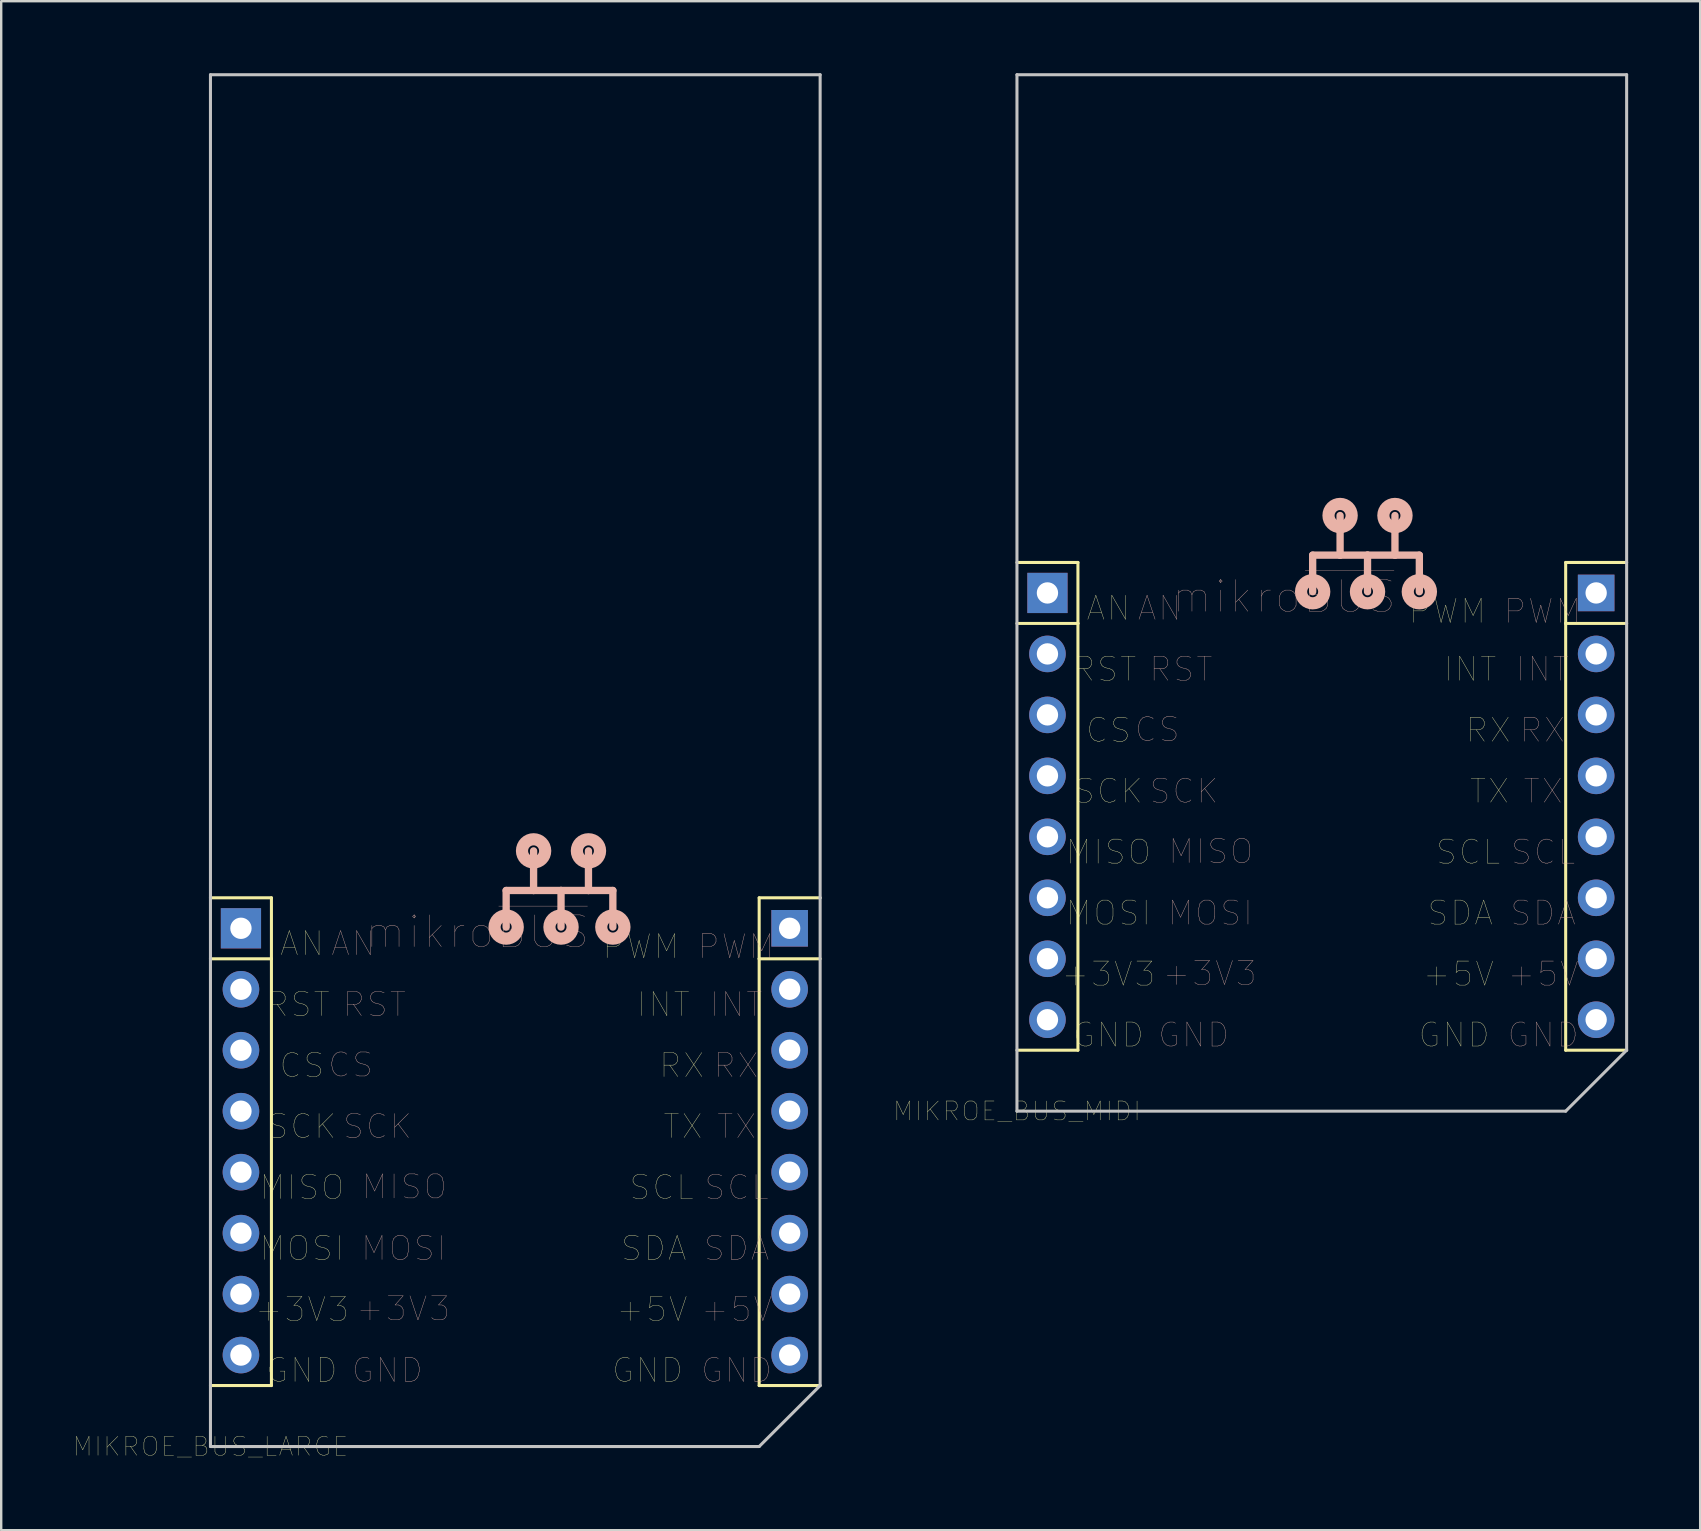
<source format=kicad_pcb>
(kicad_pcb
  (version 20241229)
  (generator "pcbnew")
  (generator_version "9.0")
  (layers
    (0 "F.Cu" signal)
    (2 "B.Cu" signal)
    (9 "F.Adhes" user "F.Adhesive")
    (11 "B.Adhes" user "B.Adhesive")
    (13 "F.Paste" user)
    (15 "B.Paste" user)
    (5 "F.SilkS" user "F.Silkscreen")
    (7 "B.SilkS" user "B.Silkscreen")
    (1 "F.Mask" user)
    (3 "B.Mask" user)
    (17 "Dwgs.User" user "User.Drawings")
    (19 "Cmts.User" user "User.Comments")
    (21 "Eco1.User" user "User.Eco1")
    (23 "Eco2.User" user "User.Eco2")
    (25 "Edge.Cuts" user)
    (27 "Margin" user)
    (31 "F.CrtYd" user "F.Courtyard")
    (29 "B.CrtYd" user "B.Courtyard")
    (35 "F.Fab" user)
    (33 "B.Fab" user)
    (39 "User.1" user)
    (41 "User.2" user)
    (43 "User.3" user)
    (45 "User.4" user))
  (footprint "MIKROE_BUS_MIDI"
    (layer "F.Cu")
    (at 39.318 43.243)
    (property "Reference" "MIKROE_BUS_MIDI" (at 0 0 0) (layer "F.SilkS") (effects (font (size 0.787 0.787) (thickness 0.015))))
    (attr through_hole)
    (fp_line (start 0 -20.32) (end 2.54 -20.32) (stroke (width 0.127) (type solid)) (layer "F.SilkS"))
    (fp_line (start 0 -2.54) (end 2.54 -2.54) (stroke (width 0.127) (type solid)) (layer "F.SilkS"))
    (fp_line (start 2.54 -22.86) (end 0 -22.86) (stroke (width 0.127) (type solid)) (layer "F.SilkS"))
    (fp_line (start 2.54 -20.32) (end 2.54 -22.86) (stroke (width 0.127) (type solid)) (layer "F.SilkS"))
    (fp_line (start 2.54 -2.54) (end 2.54 -20.32) (stroke (width 0.127) (type solid)) (layer "F.SilkS"))
    (fp_line (start 22.86 -22.86) (end 22.86 -20.32) (stroke (width 0.127) (type solid)) (layer "F.SilkS"))
    (fp_line (start 22.86 -22.86) (end 25.4 -22.86) (stroke (width 0.127) (type solid)) (layer "F.SilkS"))
    (fp_line (start 22.86 -20.32) (end 22.86 -2.54) (stroke (width 0.127) (type solid)) (layer "F.SilkS"))
    (fp_line (start 22.86 -20.32) (end 25.4 -20.32) (stroke (width 0.127) (type solid)) (layer "F.SilkS"))
    (fp_line (start 22.86 -2.54) (end 25.4 -2.54) (stroke (width 0.127) (type solid)) (layer "F.SilkS"))
    (fp_line (start 12.319 -23.165) (end 12.319 -21.641) (stroke (width 0.305) (type solid)) (layer "B.SilkS"))
    (fp_line (start 13.462 -23.165) (end 12.319 -23.165) (stroke (width 0.305) (type solid)) (layer "B.SilkS"))
    (fp_line (start 13.462 -23.165) (end 13.462 -24.816) (stroke (width 0.305) (type solid)) (layer "B.SilkS"))
    (fp_line (start 14.605 -23.165) (end 13.462 -23.165) (stroke (width 0.305) (type solid)) (layer "B.SilkS"))
    (fp_line (start 14.605 -23.165) (end 14.605 -21.641) (stroke (width 0.305) (type solid)) (layer "B.SilkS"))
    (fp_line (start 15.748 -23.165) (end 14.605 -23.165) (stroke (width 0.305) (type solid)) (layer "B.SilkS"))
    (fp_line (start 15.748 -23.165) (end 15.748 -24.816) (stroke (width 0.305) (type solid)) (layer "B.SilkS"))
    (fp_line (start 16.764 -23.165) (end 15.748 -23.165) (stroke (width 0.305) (type solid)) (layer "B.SilkS"))
    (fp_line (start 16.764 -23.165) (end 16.764 -21.641) (stroke (width 0.305) (type solid)) (layer "B.SilkS"))
    (fp_circle (center 12.319 -21.641) (end 12.548 -21.641) (stroke (width 0.508) (type solid)) (fill no) (layer "B.SilkS"))
    (fp_circle (center 13.462 -24.816) (end 13.691 -24.816) (stroke (width 0.508) (type solid)) (fill no) (layer "B.SilkS"))
    (fp_circle (center 14.605 -21.641) (end 14.834 -21.641) (stroke (width 0.508) (type solid)) (fill no) (layer "B.SilkS"))
    (fp_circle (center 15.748 -24.816) (end 15.977 -24.816) (stroke (width 0.508) (type solid)) (fill no) (layer "B.SilkS"))
    (fp_circle (center 16.764 -21.641) (end 16.993 -21.641) (stroke (width 0.508) (type solid)) (fill no) (layer "B.SilkS"))
    (fp_line (start 0 -43.18) (end 25.4 -43.18) (stroke (width 0.127) (type solid)) (layer "Dwgs.User"))
    (fp_line (start 0 0) (end 0 -43.18) (stroke (width 0.127) (type solid)) (layer "Dwgs.User"))
    (fp_line (start 0 0) (end 22.86 0) (stroke (width 0.127) (type solid)) (layer "Dwgs.User"))
    (fp_line (start 22.86 0) (end 25.4 -2.54) (stroke (width 0.127) (type solid)) (layer "Dwgs.User"))
    (fp_line (start 25.4 -43.18) (end 25.4 -2.54) (stroke (width 0.127) (type solid)) (layer "Dwgs.User"))
    (fp_text user "RST" (at 3.658 -18.415 0) (layer "F.SilkS") (effects (font (size 1 1) (thickness 0.015))))
    (fp_text user "GND" (at 3.81 -3.175 0) (layer "F.SilkS") (effects (font (size 1 1) (thickness 0.015))))
    (fp_text user "TX" (at 19.685 -13.335 0) (layer "F.SilkS") (effects (font (size 1 1) (thickness 0.015))))
    (fp_text user "RX" (at 19.634 -15.875 0) (layer "F.SilkS") (effects (font (size 1 1) (thickness 0.015))))
    (fp_text user "MISO" (at 3.81 -10.795 0) (layer "F.SilkS") (effects (font (size 1 1) (thickness 0.015))))
    (fp_text user "SCL" (at 18.796 -10.795 0) (layer "F.SilkS") (effects (font (size 1 1) (thickness 0.015))))
    (fp_text user "MOSI" (at 3.81 -8.255 0) (layer "F.SilkS") (effects (font (size 1 1) (thickness 0.015))))
    (fp_text user "SDA" (at 18.466 -8.255 0) (layer "F.SilkS") (effects (font (size 1 1) (thickness 0.015))))
    (fp_text user "+5V" (at 18.39 -5.715 0) (layer "F.SilkS") (effects (font (size 1 1) (thickness 0.015))))
    (fp_text user "INT" (at 18.872 -18.415 0) (layer "F.SilkS") (effects (font (size 1 1) (thickness 0.015))))
    (fp_text user "GND" (at 18.212 -3.175 0) (layer "F.SilkS") (effects (font (size 1 1) (thickness 0.015))))
    (fp_text user "+3V3" (at 3.81 -5.715 0) (layer "F.SilkS") (effects (font (size 1 1) (thickness 0.015))))
    (fp_text user "CS" (at 3.81 -15.875 0) (layer "F.SilkS") (effects (font (size 1 1) (thickness 0.015))))
    (fp_text user "SCK" (at 3.81 -13.335 0) (layer "F.SilkS") (effects (font (size 1 1) (thickness 0.015))))
    (fp_text user "AN" (at 3.81 -20.955 0) (layer "F.SilkS") (effects (font (size 1 1) (thickness 0.015))))
    (fp_text user "PWM" (at 17.932 -20.828 0) (layer "F.SilkS") (effects (font (size 1 1) (thickness 0.015))))
    (fp_text user "GND" (at 21.92 -3.175 0) (layer "B.SilkS") (effects (font (size 1 1) (thickness 0.015))))
    (fp_text user "INT" (at 21.895 -18.415 0) (layer "B.SilkS") (effects (font (size 1 1) (thickness 0.015))))
    (fp_text user "+3V3" (at 8.026 -5.74 0) (layer "B.SilkS") (effects (font (size 1 1) (thickness 0.015))))
    (fp_text user "PWM" (at 21.895 -20.828 0) (layer "B.SilkS") (effects (font (size 1 1) (thickness 0.015))))
    (fp_text user "CS" (at 5.842 -15.9 0) (layer "B.SilkS") (effects (font (size 1 1) (thickness 0.015))))
    (fp_text user "RST" (at 6.833 -18.415 0) (layer "B.SilkS") (effects (font (size 1 1) (thickness 0.015))))
    (fp_text user "mikro~{BUS}" (at 11.125 -21.438 0) (layer "B.SilkS") (effects (font (size 1.32 1.32) (thickness 0.015))))
    (fp_text user "SDA" (at 21.92 -8.255 0) (layer "B.SilkS") (effects (font (size 1 1) (thickness 0.015))))
    (fp_text user "+5V" (at 21.92 -5.715 0) (layer "B.SilkS") (effects (font (size 1 1) (thickness 0.015))))
    (fp_text user "MOSI" (at 8.052 -8.255 0) (layer "B.SilkS") (effects (font (size 1 1) (thickness 0.015))))
    (fp_text user "MISO" (at 8.077 -10.82 0) (layer "B.SilkS") (effects (font (size 1 1) (thickness 0.015))))
    (fp_text user "GND" (at 7.366 -3.175 0) (layer "B.SilkS") (effects (font (size 1 1) (thickness 0.015))))
    (fp_text user "TX" (at 21.92 -13.335 0) (layer "B.SilkS") (effects (font (size 1 1) (thickness 0.015))))
    (fp_text user "AN" (at 5.944 -20.955 0) (layer "B.SilkS") (effects (font (size 1 1) (thickness 0.015))))
    (fp_text user "SCK" (at 6.96 -13.335 0) (layer "B.SilkS") (effects (font (size 1 1) (thickness 0.015))))
    (fp_text user "RX" (at 21.895 -15.875 0) (layer "B.SilkS") (effects (font (size 1 1) (thickness 0.015))))
    (fp_text user "SCL" (at 21.92 -10.795 0) (layer "B.SilkS") (effects (font (size 1 1) (thickness 0.015))))
    (pad "P$1" thru_hole rect (at 1.27 -21.59) (size 1.676 1.676) (drill 0.889) (layers "*.Cu" "*.Mask"))
    (pad "P$2" thru_hole circle (at 1.27 -19.05) (size 1.524 1.524) (drill 0.889) (layers "*.Cu" "*.Mask"))
    (pad "P$3" thru_hole circle (at 1.27 -16.51) (size 1.524 1.524) (drill 0.889) (layers "*.Cu" "*.Mask"))
    (pad "P$4" thru_hole circle (at 1.27 -13.97) (size 1.524 1.524) (drill 0.889) (layers "*.Cu" "*.Mask"))
    (pad "P$5" thru_hole circle (at 1.27 -11.43) (size 1.524 1.524) (drill 0.889) (layers "*.Cu" "*.Mask"))
    (pad "P$6" thru_hole circle (at 1.27 -8.89) (size 1.524 1.524) (drill 0.889) (layers "*.Cu" "*.Mask"))
    (pad "P$7" thru_hole circle (at 1.27 -6.35) (size 1.524 1.524) (drill 0.889) (layers "*.Cu" "*.Mask"))
    (pad "P$8" thru_hole circle (at 1.27 -3.81) (size 1.524 1.524) (drill 0.889) (layers "*.Cu" "*.Mask"))
    (pad "P$9" thru_hole circle (at 24.13 -3.81) (size 1.524 1.524) (drill 0.889) (layers "*.Cu" "*.Mask"))
    (pad "P$10" thru_hole circle (at 24.13 -6.35) (size 1.524 1.524) (drill 0.889) (layers "*.Cu" "*.Mask"))
    (pad "P$11" thru_hole circle (at 24.13 -8.89) (size 1.524 1.524) (drill 0.889) (layers "*.Cu" "*.Mask"))
    (pad "P$12" thru_hole circle (at 24.13 -11.43) (size 1.524 1.524) (drill 0.889) (layers "*.Cu" "*.Mask"))
    (pad "P$13" thru_hole circle (at 24.13 -13.97) (size 1.524 1.524) (drill 0.889) (layers "*.Cu" "*.Mask"))
    (pad "P$14" thru_hole circle (at 24.13 -16.51) (size 1.524 1.524) (drill 0.889) (layers "*.Cu" "*.Mask"))
    (pad "P$15" thru_hole circle (at 24.13 -19.05) (size 1.524 1.524) (drill 0.889) (layers "*.Cu" "*.Mask"))
    (pad "P$16" thru_hole rect (at 24.13 -21.59) (size 1.524 1.524) (drill 0.889) (layers "*.Cu" "*.Mask")))
  (footprint "MIKROE_BUS_LARGE"
    (layer "F.Cu")
    (at 5.718 57.214)
    (property "Reference" "MIKROE_BUS_LARGE" (at 0 0 0) (layer "F.SilkS") (effects (font (size 0.787 0.787) (thickness 0.015))))
    (attr through_hole)
    (fp_line (start 0 -20.32) (end 2.54 -20.32) (stroke (width 0.127) (type solid)) (layer "F.SilkS"))
    (fp_line (start 0 -2.54) (end 2.54 -2.54) (stroke (width 0.127) (type solid)) (layer "F.SilkS"))
    (fp_line (start 2.54 -22.86) (end 0 -22.86) (stroke (width 0.127) (type solid)) (layer "F.SilkS"))
    (fp_line (start 2.54 -20.32) (end 2.54 -22.86) (stroke (width 0.127) (type solid)) (layer "F.SilkS"))
    (fp_line (start 2.54 -2.54) (end 2.54 -20.32) (stroke (width 0.127) (type solid)) (layer "F.SilkS"))
    (fp_line (start 22.86 -22.86) (end 22.86 -20.32) (stroke (width 0.127) (type solid)) (layer "F.SilkS"))
    (fp_line (start 22.86 -22.86) (end 25.4 -22.86) (stroke (width 0.127) (type solid)) (layer "F.SilkS"))
    (fp_line (start 22.86 -20.32) (end 22.86 -2.54) (stroke (width 0.127) (type solid)) (layer "F.SilkS"))
    (fp_line (start 22.86 -20.32) (end 25.4 -20.32) (stroke (width 0.127) (type solid)) (layer "F.SilkS"))
    (fp_line (start 22.86 -2.54) (end 25.4 -2.54) (stroke (width 0.127) (type solid)) (layer "F.SilkS"))
    (fp_line (start 12.319 -23.165) (end 12.319 -21.641) (stroke (width 0.305) (type solid)) (layer "B.SilkS"))
    (fp_line (start 13.462 -23.165) (end 12.319 -23.165) (stroke (width 0.305) (type solid)) (layer "B.SilkS"))
    (fp_line (start 13.462 -23.165) (end 13.462 -24.816) (stroke (width 0.305) (type solid)) (layer "B.SilkS"))
    (fp_line (start 14.605 -23.165) (end 13.462 -23.165) (stroke (width 0.305) (type solid)) (layer "B.SilkS"))
    (fp_line (start 14.605 -23.165) (end 14.605 -21.641) (stroke (width 0.305) (type solid)) (layer "B.SilkS"))
    (fp_line (start 15.748 -23.165) (end 14.605 -23.165) (stroke (width 0.305) (type solid)) (layer "B.SilkS"))
    (fp_line (start 15.748 -23.165) (end 15.748 -24.816) (stroke (width 0.305) (type solid)) (layer "B.SilkS"))
    (fp_line (start 16.764 -23.165) (end 15.748 -23.165) (stroke (width 0.305) (type solid)) (layer "B.SilkS"))
    (fp_line (start 16.764 -23.165) (end 16.764 -21.641) (stroke (width 0.305) (type solid)) (layer "B.SilkS"))
    (fp_circle (center 12.319 -21.641) (end 12.548 -21.641) (stroke (width 0.508) (type solid)) (fill no) (layer "B.SilkS"))
    (fp_circle (center 13.462 -24.816) (end 13.691 -24.816) (stroke (width 0.508) (type solid)) (fill no) (layer "B.SilkS"))
    (fp_circle (center 14.605 -21.641) (end 14.834 -21.641) (stroke (width 0.508) (type solid)) (fill no) (layer "B.SilkS"))
    (fp_circle (center 15.748 -24.816) (end 15.977 -24.816) (stroke (width 0.508) (type solid)) (fill no) (layer "B.SilkS"))
    (fp_circle (center 16.764 -21.641) (end 16.993 -21.641) (stroke (width 0.508) (type solid)) (fill no) (layer "B.SilkS"))
    (fp_line (start 0 -57.15) (end 25.4 -57.15) (stroke (width 0.127) (type solid)) (layer "Dwgs.User"))
    (fp_line (start 0 0) (end 0 -57.15) (stroke (width 0.127) (type solid)) (layer "Dwgs.User"))
    (fp_line (start 0 0) (end 22.86 0) (stroke (width 0.127) (type solid)) (layer "Dwgs.User"))
    (fp_line (start 22.86 0) (end 25.4 -2.54) (stroke (width 0.127) (type solid)) (layer "Dwgs.User"))
    (fp_line (start 25.4 -57.15) (end 25.4 -22.86) (stroke (width 0.127) (type solid)) (layer "Dwgs.User"))
    (fp_line (start 25.4 -22.86) (end 25.4 -2.54) (stroke (width 0.127) (type solid)) (layer "Dwgs.User"))
    (fp_text user "SCK" (at 3.81 -13.335 0) (layer "F.SilkS") (effects (font (size 1 1) (thickness 0.015))))
    (fp_text user "MISO" (at 3.81 -10.795 0) (layer "F.SilkS") (effects (font (size 1 1) (thickness 0.015))))
    (fp_text user "SCL" (at 18.796 -10.795 0) (layer "F.SilkS") (effects (font (size 1 1) (thickness 0.015))))
    (fp_text user "RST" (at 3.658 -18.415 0) (layer "F.SilkS") (effects (font (size 1 1) (thickness 0.015))))
    (fp_text user "SDA" (at 18.466 -8.255 0) (layer "F.SilkS") (effects (font (size 1 1) (thickness 0.015))))
    (fp_text user "INT" (at 18.872 -18.415 0) (layer "F.SilkS") (effects (font (size 1 1) (thickness 0.015))))
    (fp_text user "CS" (at 3.81 -15.875 0) (layer "F.SilkS") (effects (font (size 1 1) (thickness 0.015))))
    (fp_text user "RX" (at 19.634 -15.875 0) (layer "F.SilkS") (effects (font (size 1 1) (thickness 0.015))))
    (fp_text user "+5V" (at 18.39 -5.715 0) (layer "F.SilkS") (effects (font (size 1 1) (thickness 0.015))))
    (fp_text user "GND" (at 3.81 -3.175 0) (layer "F.SilkS") (effects (font (size 1 1) (thickness 0.015))))
    (fp_text user "GND" (at 18.212 -3.175 0) (layer "F.SilkS") (effects (font (size 1 1) (thickness 0.015))))
    (fp_text user "PWM" (at 17.932 -20.828 0) (layer "F.SilkS") (effects (font (size 1 1) (thickness 0.015))))
    (fp_text user "AN" (at 3.81 -20.955 0) (layer "F.SilkS") (effects (font (size 1 1) (thickness 0.015))))
    (fp_text user "MOSI" (at 3.81 -8.255 0) (layer "F.SilkS") (effects (font (size 1 1) (thickness 0.015))))
    (fp_text user "TX" (at 19.685 -13.335 0) (layer "F.SilkS") (effects (font (size 1 1) (thickness 0.015))))
    (fp_text user "+3V3" (at 3.81 -5.715 0) (layer "F.SilkS") (effects (font (size 1 1) (thickness 0.015))))
    (fp_text user "RX" (at 21.895 -15.875 0) (layer "B.SilkS") (effects (font (size 1 1) (thickness 0.015))))
    (fp_text user "CS" (at 5.842 -15.9 0) (layer "B.SilkS") (effects (font (size 1 1) (thickness 0.015))))
    (fp_text user "MOSI" (at 8.052 -8.255 0) (layer "B.SilkS") (effects (font (size 1 1) (thickness 0.015))))
    (fp_text user "MISO" (at 8.077 -10.82 0) (layer "B.SilkS") (effects (font (size 1 1) (thickness 0.015))))
    (fp_text user "GND" (at 7.366 -3.175 0) (layer "B.SilkS") (effects (font (size 1 1) (thickness 0.015))))
    (fp_text user "GND" (at 21.92 -3.175 0) (layer "B.SilkS") (effects (font (size 1 1) (thickness 0.015))))
    (fp_text user "PWM" (at 21.895 -20.828 0) (layer "B.SilkS") (effects (font (size 1 1) (thickness 0.015))))
    (fp_text user "SCL" (at 21.92 -10.795 0) (layer "B.SilkS") (effects (font (size 1 1) (thickness 0.015))))
    (fp_text user "TX" (at 21.92 -13.335 0) (layer "B.SilkS") (effects (font (size 1 1) (thickness 0.015))))
    (fp_text user "SDA" (at 21.92 -8.255 0) (layer "B.SilkS") (effects (font (size 1 1) (thickness 0.015))))
    (fp_text user "mikro~{BUS}" (at 11.125 -21.438 0) (layer "B.SilkS") (effects (font (size 1.32 1.32) (thickness 0.015))))
    (fp_text user "RST" (at 6.833 -18.415 0) (layer "B.SilkS") (effects (font (size 1 1) (thickness 0.015))))
    (fp_text user "SCK" (at 6.96 -13.335 0) (layer "B.SilkS") (effects (font (size 1 1) (thickness 0.015))))
    (fp_text user "+3V3" (at 8.026 -5.74 0) (layer "B.SilkS") (effects (font (size 1 1) (thickness 0.015))))
    (fp_text user "INT" (at 21.895 -18.415 0) (layer "B.SilkS") (effects (font (size 1 1) (thickness 0.015))))
    (fp_text user "+5V" (at 21.92 -5.715 0) (layer "B.SilkS") (effects (font (size 1 1) (thickness 0.015))))
    (fp_text user "AN" (at 5.944 -20.955 0) (layer "B.SilkS") (effects (font (size 1 1) (thickness 0.015))))
    (pad "P$1" thru_hole rect (at 1.27 -21.59) (size 1.676 1.676) (drill 0.889) (layers "*.Cu" "*.Mask"))
    (pad "P$2" thru_hole circle (at 1.27 -19.05) (size 1.524 1.524) (drill 0.889) (layers "*.Cu" "*.Mask"))
    (pad "P$3" thru_hole circle (at 1.27 -16.51) (size 1.524 1.524) (drill 0.889) (layers "*.Cu" "*.Mask"))
    (pad "P$4" thru_hole circle (at 1.27 -13.97) (size 1.524 1.524) (drill 0.889) (layers "*.Cu" "*.Mask"))
    (pad "P$5" thru_hole circle (at 1.27 -11.43) (size 1.524 1.524) (drill 0.889) (layers "*.Cu" "*.Mask"))
    (pad "P$6" thru_hole circle (at 1.27 -8.89) (size 1.524 1.524) (drill 0.889) (layers "*.Cu" "*.Mask"))
    (pad "P$7" thru_hole circle (at 1.27 -6.35) (size 1.524 1.524) (drill 0.889) (layers "*.Cu" "*.Mask"))
    (pad "P$8" thru_hole circle (at 1.27 -3.81) (size 1.524 1.524) (drill 0.889) (layers "*.Cu" "*.Mask"))
    (pad "P$9" thru_hole circle (at 24.13 -3.81) (size 1.524 1.524) (drill 0.889) (layers "*.Cu" "*.Mask"))
    (pad "P$10" thru_hole circle (at 24.13 -6.35) (size 1.524 1.524) (drill 0.889) (layers "*.Cu" "*.Mask"))
    (pad "P$11" thru_hole circle (at 24.13 -8.89) (size 1.524 1.524) (drill 0.889) (layers "*.Cu" "*.Mask"))
    (pad "P$12" thru_hole circle (at 24.13 -11.43) (size 1.524 1.524) (drill 0.889) (layers "*.Cu" "*.Mask"))
    (pad "P$13" thru_hole circle (at 24.13 -13.97) (size 1.524 1.524) (drill 0.889) (layers "*.Cu" "*.Mask"))
    (pad "P$14" thru_hole circle (at 24.13 -16.51) (size 1.524 1.524) (drill 0.889) (layers "*.Cu" "*.Mask"))
    (pad "P$15" thru_hole circle (at 24.13 -19.05) (size 1.524 1.524) (drill 0.889) (layers "*.Cu" "*.Mask"))
    (pad "P$16" thru_hole rect (at 24.13 -21.59) (size 1.524 1.524) (drill 0.889) (layers "*.Cu" "*.Mask")))
  (gr_rect
    (start -3 -3)
    (end 67.782 60.7)
    (stroke (width 0.1) (type default))
    (fill no)
    (layer "Edge.Cuts")))
</source>
